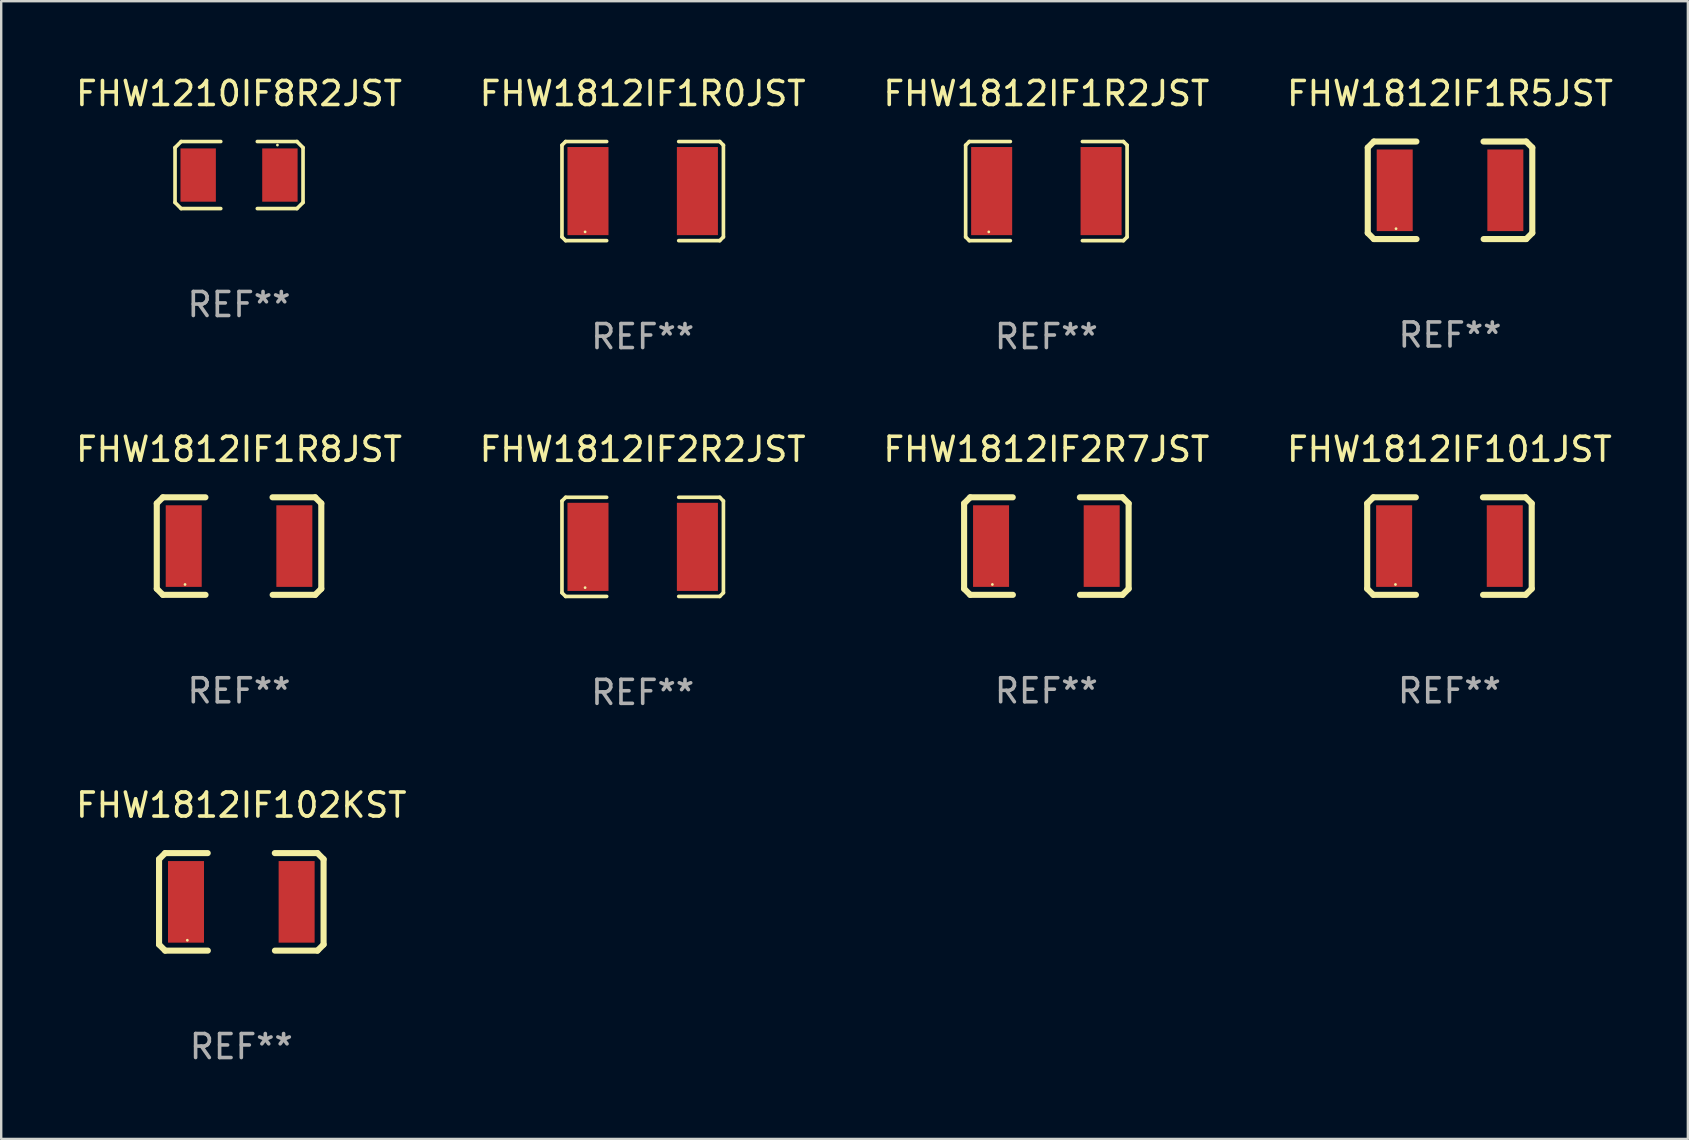
<source format=kicad_pcb>
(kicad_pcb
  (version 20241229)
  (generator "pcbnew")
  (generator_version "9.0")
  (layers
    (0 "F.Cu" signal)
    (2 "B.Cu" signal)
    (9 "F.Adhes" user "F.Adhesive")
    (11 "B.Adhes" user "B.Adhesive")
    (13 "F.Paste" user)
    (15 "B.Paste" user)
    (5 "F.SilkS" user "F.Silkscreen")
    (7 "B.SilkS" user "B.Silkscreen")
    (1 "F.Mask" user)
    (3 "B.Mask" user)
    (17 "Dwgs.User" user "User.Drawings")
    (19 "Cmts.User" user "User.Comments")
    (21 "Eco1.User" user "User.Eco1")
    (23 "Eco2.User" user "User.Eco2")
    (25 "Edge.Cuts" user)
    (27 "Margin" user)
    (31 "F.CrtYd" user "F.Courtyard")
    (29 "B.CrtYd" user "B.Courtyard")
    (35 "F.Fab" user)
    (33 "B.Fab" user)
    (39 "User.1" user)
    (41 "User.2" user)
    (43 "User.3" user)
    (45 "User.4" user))
  (footprint "FHW1812IF102KST"
    (layer "F.Cu")
    (at 7.006 34.532)
    (property "Reference" "FHW1812IF102KST" (at 0 -4.032 0) (layer "F.SilkS") (effects (font (size 1 1) (thickness 0.15))))
    (attr through_hole)
    (fp_line (start -3.428 -1.778) (end -3.174 -2.032) (stroke (width 0.254) (type solid)) (layer "F.SilkS"))
    (fp_line (start -3.428 1.778) (end -3.428 -1.778) (stroke (width 0.254) (type solid)) (layer "F.SilkS"))
    (fp_line (start -3.174 -2.032) (end -1.401 -2.032) (stroke (width 0.254) (type solid)) (layer "F.SilkS"))
    (fp_line (start -3.174 2.032) (end -3.428 1.778) (stroke (width 0.254) (type solid)) (layer "F.SilkS"))
    (fp_line (start -1.396 2.032) (end -3.174 2.032) (stroke (width 0.254) (type solid)) (layer "F.SilkS"))
    (fp_line (start 1.396 -2.032) (end 3.174 -2.032) (stroke (width 0.254) (type solid)) (layer "F.SilkS"))
    (fp_line (start 3.174 -2.032) (end 3.428 -1.778) (stroke (width 0.254) (type solid)) (layer "F.SilkS"))
    (fp_line (start 3.174 2.032) (end 1.401 2.032) (stroke (width 0.254) (type solid)) (layer "F.SilkS"))
    (fp_line (start 3.428 -1.778) (end 3.428 1.778) (stroke (width 0.254) (type solid)) (layer "F.SilkS"))
    (fp_line (start 3.428 1.778) (end 3.174 2.032) (stroke (width 0.254) (type solid)) (layer "F.SilkS"))
    (fp_circle (center -2.25 1.6) (end -2.22 1.6) (stroke (width 0.06) (type solid)) (fill no) (layer "F.SilkS"))
    (fp_text user "REF**" (at 0 6.032 0) (layer "F.Fab") (effects (font (size 1 1) (thickness 0.15))))
    (pad "1" smd rect (at -2.305 0) (size 1.5 3.4) (layers "F.Cu" "F.Mask" "F.Paste"))
    (pad "2" smd rect (at 2.305 0) (size 1.5 3.4) (layers "F.Cu" "F.Mask" "F.Paste")))
  (footprint "FHW1812IF1R2JST"
    (layer "F.Cu")
    (at 40.554 4.913)
    (property "Reference" "FHW1812IF1R2JST" (at 0 -4.065 0) (layer "F.SilkS") (effects (font (size 1 1) (thickness 0.15))))
    (attr through_hole)
    (fp_line (start -3.364 -1.912) (end -3.364 1.912) (stroke (width 0.152) (type solid)) (layer "F.SilkS"))
    (fp_line (start -3.364 1.912) (end -3.211 2.065) (stroke (width 0.152) (type solid)) (layer "F.SilkS"))
    (fp_line (start -3.211 -2.065) (end -3.364 -1.912) (stroke (width 0.152) (type solid)) (layer "F.SilkS"))
    (fp_line (start -3.211 2.065) (end -1.501 2.065) (stroke (width 0.152) (type solid)) (layer "F.SilkS"))
    (fp_line (start -1.501 -2.065) (end -3.211 -2.065) (stroke (width 0.152) (type solid)) (layer "F.SilkS"))
    (fp_line (start 1.501 -2.065) (end 3.211 -2.065) (stroke (width 0.152) (type solid)) (layer "F.SilkS"))
    (fp_line (start 3.211 -2.065) (end 3.364 -1.912) (stroke (width 0.152) (type solid)) (layer "F.SilkS"))
    (fp_line (start 3.211 2.065) (end 1.501 2.065) (stroke (width 0.152) (type solid)) (layer "F.SilkS"))
    (fp_line (start 3.364 -1.912) (end 3.364 1.912) (stroke (width 0.152) (type solid)) (layer "F.SilkS"))
    (fp_line (start 3.364 1.912) (end 3.211 2.065) (stroke (width 0.152) (type solid)) (layer "F.SilkS"))
    (fp_circle (center -2.4 1.7) (end -2.37 1.7) (stroke (width 0.06) (type solid)) (fill no) (layer "F.SilkS"))
    (fp_text user "REF**" (at 0 6.065 0) (layer "F.Fab") (effects (font (size 1 1) (thickness 0.15))))
    (pad "1" smd rect (at -2.28 0) (size 1.71 3.672) (layers "F.Cu" "F.Mask" "F.Paste"))
    (pad "2" smd rect (at 2.28 0) (size 1.71 3.672) (layers "F.Cu" "F.Mask" "F.Paste")))
  (footprint "FHW1812IF101JST"
    (layer "F.Cu")
    (at 57.351 19.706)
    (property "Reference" "FHW1812IF101JST" (at 0 -4.032 0) (layer "F.SilkS") (effects (font (size 1 1) (thickness 0.15))))
    (attr through_hole)
    (fp_line (start -3.428 -1.778) (end -3.174 -2.032) (stroke (width 0.254) (type solid)) (layer "F.SilkS"))
    (fp_line (start -3.428 1.778) (end -3.428 -1.778) (stroke (width 0.254) (type solid)) (layer "F.SilkS"))
    (fp_line (start -3.174 -2.032) (end -1.401 -2.032) (stroke (width 0.254) (type solid)) (layer "F.SilkS"))
    (fp_line (start -3.174 2.032) (end -3.428 1.778) (stroke (width 0.254) (type solid)) (layer "F.SilkS"))
    (fp_line (start -1.396 2.032) (end -3.174 2.032) (stroke (width 0.254) (type solid)) (layer "F.SilkS"))
    (fp_line (start 1.396 -2.032) (end 3.174 -2.032) (stroke (width 0.254) (type solid)) (layer "F.SilkS"))
    (fp_line (start 3.174 -2.032) (end 3.428 -1.778) (stroke (width 0.254) (type solid)) (layer "F.SilkS"))
    (fp_line (start 3.174 2.032) (end 1.401 2.032) (stroke (width 0.254) (type solid)) (layer "F.SilkS"))
    (fp_line (start 3.428 -1.778) (end 3.428 1.778) (stroke (width 0.254) (type solid)) (layer "F.SilkS"))
    (fp_line (start 3.428 1.778) (end 3.174 2.032) (stroke (width 0.254) (type solid)) (layer "F.SilkS"))
    (fp_circle (center -2.25 1.6) (end -2.22 1.6) (stroke (width 0.06) (type solid)) (fill no) (layer "F.SilkS"))
    (fp_text user "REF**" (at 0 6.032 0) (layer "F.Fab") (effects (font (size 1 1) (thickness 0.15))))
    (pad "1" smd rect (at -2.305 0) (size 1.5 3.4) (layers "F.Cu" "F.Mask" "F.Paste"))
    (pad "2" smd rect (at 2.305 0) (size 1.5 3.4) (layers "F.Cu" "F.Mask" "F.Paste")))
  (footprint "FHW1210IF8R2JST"
    (layer "F.Cu")
    (at 6.911 4.245)
    (property "Reference" "FHW1210IF8R2JST" (at 0 -3.397 0) (layer "F.SilkS") (effects (font (size 1 1) (thickness 0.15))))
    (attr through_hole)
    (fp_line (start -2.667 -1.143) (end -2.413 -1.397) (stroke (width 0.152) (type solid)) (layer "F.SilkS"))
    (fp_line (start -2.667 1.143) (end -2.667 -1.143) (stroke (width 0.152) (type solid)) (layer "F.SilkS"))
    (fp_line (start -2.413 -1.397) (end -0.762 -1.397) (stroke (width 0.152) (type solid)) (layer "F.SilkS"))
    (fp_line (start -2.413 1.397) (end -2.667 1.143) (stroke (width 0.152) (type solid)) (layer "F.SilkS"))
    (fp_line (start -0.762 1.397) (end -2.413 1.397) (stroke (width 0.152) (type solid)) (layer "F.SilkS"))
    (fp_line (start 0.762 -1.397) (end 2.413 -1.397) (stroke (width 0.152) (type solid)) (layer "F.SilkS"))
    (fp_line (start 2.413 -1.397) (end 2.667 -1.143) (stroke (width 0.152) (type solid)) (layer "F.SilkS"))
    (fp_line (start 2.413 1.397) (end 0.762 1.397) (stroke (width 0.152) (type solid)) (layer "F.SilkS"))
    (fp_line (start 2.667 -1.143) (end 2.667 1.143) (stroke (width 0.152) (type solid)) (layer "F.SilkS"))
    (fp_line (start 2.667 1.143) (end 2.413 1.397) (stroke (width 0.152) (type solid)) (layer "F.SilkS"))
    (fp_circle (center 1.6 -1.25) (end 1.63 -1.25) (stroke (width 0.06) (type solid)) (fill no) (layer "F.SilkS"))
    (fp_text user "REF**" (at 0 5.397 0) (layer "F.Fab") (effects (font (size 1 1) (thickness 0.15))))
    (pad "1" smd rect (at 1.703 0) (size 1.474 2.22) (layers "F.Cu" "F.Mask" "F.Paste"))
    (pad "2" smd rect (at -1.703 0) (size 1.474 2.22) (layers "F.Cu" "F.Mask" "F.Paste")))
  (footprint "FHW1812IF1R5JST"
    (layer "F.Cu")
    (at 57.375 4.88)
    (property "Reference" "FHW1812IF1R5JST" (at 0 -4.032 0) (layer "F.SilkS") (effects (font (size 1 1) (thickness 0.15))))
    (attr through_hole)
    (fp_line (start -3.428 -1.778) (end -3.174 -2.032) (stroke (width 0.254) (type solid)) (layer "F.SilkS"))
    (fp_line (start -3.428 1.778) (end -3.428 -1.778) (stroke (width 0.254) (type solid)) (layer "F.SilkS"))
    (fp_line (start -3.174 -2.032) (end -1.401 -2.032) (stroke (width 0.254) (type solid)) (layer "F.SilkS"))
    (fp_line (start -3.174 2.032) (end -3.428 1.778) (stroke (width 0.254) (type solid)) (layer "F.SilkS"))
    (fp_line (start -1.396 2.032) (end -3.174 2.032) (stroke (width 0.254) (type solid)) (layer "F.SilkS"))
    (fp_line (start 1.396 -2.032) (end 3.174 -2.032) (stroke (width 0.254) (type solid)) (layer "F.SilkS"))
    (fp_line (start 3.174 -2.032) (end 3.428 -1.778) (stroke (width 0.254) (type solid)) (layer "F.SilkS"))
    (fp_line (start 3.174 2.032) (end 1.401 2.032) (stroke (width 0.254) (type solid)) (layer "F.SilkS"))
    (fp_line (start 3.428 -1.778) (end 3.428 1.778) (stroke (width 0.254) (type solid)) (layer "F.SilkS"))
    (fp_line (start 3.428 1.778) (end 3.174 2.032) (stroke (width 0.254) (type solid)) (layer "F.SilkS"))
    (fp_circle (center -2.25 1.6) (end -2.22 1.6) (stroke (width 0.06) (type solid)) (fill no) (layer "F.SilkS"))
    (fp_text user "REF**" (at 0 6.032 0) (layer "F.Fab") (effects (font (size 1 1) (thickness 0.15))))
    (pad "1" smd rect (at -2.305 0) (size 1.5 3.4) (layers "F.Cu" "F.Mask" "F.Paste"))
    (pad "2" smd rect (at 2.305 0) (size 1.5 3.4) (layers "F.Cu" "F.Mask" "F.Paste")))
  (footprint "FHW1812IF2R7JST"
    (layer "F.Cu")
    (at 40.554 19.706)
    (property "Reference" "FHW1812IF2R7JST" (at 0 -4.032 0) (layer "F.SilkS") (effects (font (size 1 1) (thickness 0.15))))
    (attr through_hole)
    (fp_line (start -3.428 -1.778) (end -3.174 -2.032) (stroke (width 0.254) (type solid)) (layer "F.SilkS"))
    (fp_line (start -3.428 1.778) (end -3.428 -1.778) (stroke (width 0.254) (type solid)) (layer "F.SilkS"))
    (fp_line (start -3.174 -2.032) (end -1.401 -2.032) (stroke (width 0.254) (type solid)) (layer "F.SilkS"))
    (fp_line (start -3.174 2.032) (end -3.428 1.778) (stroke (width 0.254) (type solid)) (layer "F.SilkS"))
    (fp_line (start -1.396 2.032) (end -3.174 2.032) (stroke (width 0.254) (type solid)) (layer "F.SilkS"))
    (fp_line (start 1.396 -2.032) (end 3.174 -2.032) (stroke (width 0.254) (type solid)) (layer "F.SilkS"))
    (fp_line (start 3.174 -2.032) (end 3.428 -1.778) (stroke (width 0.254) (type solid)) (layer "F.SilkS"))
    (fp_line (start 3.174 2.032) (end 1.401 2.032) (stroke (width 0.254) (type solid)) (layer "F.SilkS"))
    (fp_line (start 3.428 -1.778) (end 3.428 1.778) (stroke (width 0.254) (type solid)) (layer "F.SilkS"))
    (fp_line (start 3.428 1.778) (end 3.174 2.032) (stroke (width 0.254) (type solid)) (layer "F.SilkS"))
    (fp_circle (center -2.25 1.6) (end -2.22 1.6) (stroke (width 0.06) (type solid)) (fill no) (layer "F.SilkS"))
    (fp_text user "REF**" (at 0 6.032 0) (layer "F.Fab") (effects (font (size 1 1) (thickness 0.15))))
    (pad "1" smd rect (at -2.305 0) (size 1.5 3.4) (layers "F.Cu" "F.Mask" "F.Paste"))
    (pad "2" smd rect (at 2.305 0) (size 1.5 3.4) (layers "F.Cu" "F.Mask" "F.Paste")))
  (footprint "FHW1812IF1R8JST"
    (layer "F.Cu")
    (at 6.911 19.706)
    (property "Reference" "FHW1812IF1R8JST" (at 0 -4.032 0) (layer "F.SilkS") (effects (font (size 1 1) (thickness 0.15))))
    (attr through_hole)
    (fp_line (start -3.428 -1.778) (end -3.174 -2.032) (stroke (width 0.254) (type solid)) (layer "F.SilkS"))
    (fp_line (start -3.428 1.778) (end -3.428 -1.778) (stroke (width 0.254) (type solid)) (layer "F.SilkS"))
    (fp_line (start -3.174 -2.032) (end -1.401 -2.032) (stroke (width 0.254) (type solid)) (layer "F.SilkS"))
    (fp_line (start -3.174 2.032) (end -3.428 1.778) (stroke (width 0.254) (type solid)) (layer "F.SilkS"))
    (fp_line (start -1.396 2.032) (end -3.174 2.032) (stroke (width 0.254) (type solid)) (layer "F.SilkS"))
    (fp_line (start 1.396 -2.032) (end 3.174 -2.032) (stroke (width 0.254) (type solid)) (layer "F.SilkS"))
    (fp_line (start 3.174 -2.032) (end 3.428 -1.778) (stroke (width 0.254) (type solid)) (layer "F.SilkS"))
    (fp_line (start 3.174 2.032) (end 1.401 2.032) (stroke (width 0.254) (type solid)) (layer "F.SilkS"))
    (fp_line (start 3.428 -1.778) (end 3.428 1.778) (stroke (width 0.254) (type solid)) (layer "F.SilkS"))
    (fp_line (start 3.428 1.778) (end 3.174 2.032) (stroke (width 0.254) (type solid)) (layer "F.SilkS"))
    (fp_circle (center -2.25 1.6) (end -2.22 1.6) (stroke (width 0.06) (type solid)) (fill no) (layer "F.SilkS"))
    (fp_text user "REF**" (at 0 6.032 0) (layer "F.Fab") (effects (font (size 1 1) (thickness 0.15))))
    (pad "1" smd rect (at -2.305 0) (size 1.5 3.4) (layers "F.Cu" "F.Mask" "F.Paste"))
    (pad "2" smd rect (at 2.305 0) (size 1.5 3.4) (layers "F.Cu" "F.Mask" "F.Paste")))
  (footprint "FHW1812IF1R0JST"
    (layer "F.Cu")
    (at 23.732 4.913)
    (property "Reference" "FHW1812IF1R0JST" (at 0 -4.065 0) (layer "F.SilkS") (effects (font (size 1 1) (thickness 0.15))))
    (attr through_hole)
    (fp_line (start -3.364 -1.912) (end -3.364 1.912) (stroke (width 0.152) (type solid)) (layer "F.SilkS"))
    (fp_line (start -3.364 1.912) (end -3.211 2.065) (stroke (width 0.152) (type solid)) (layer "F.SilkS"))
    (fp_line (start -3.211 -2.065) (end -3.364 -1.912) (stroke (width 0.152) (type solid)) (layer "F.SilkS"))
    (fp_line (start -3.211 2.065) (end -1.501 2.065) (stroke (width 0.152) (type solid)) (layer "F.SilkS"))
    (fp_line (start -1.501 -2.065) (end -3.211 -2.065) (stroke (width 0.152) (type solid)) (layer "F.SilkS"))
    (fp_line (start 1.501 -2.065) (end 3.211 -2.065) (stroke (width 0.152) (type solid)) (layer "F.SilkS"))
    (fp_line (start 3.211 -2.065) (end 3.364 -1.912) (stroke (width 0.152) (type solid)) (layer "F.SilkS"))
    (fp_line (start 3.211 2.065) (end 1.501 2.065) (stroke (width 0.152) (type solid)) (layer "F.SilkS"))
    (fp_line (start 3.364 -1.912) (end 3.364 1.912) (stroke (width 0.152) (type solid)) (layer "F.SilkS"))
    (fp_line (start 3.364 1.912) (end 3.211 2.065) (stroke (width 0.152) (type solid)) (layer "F.SilkS"))
    (fp_circle (center -2.4 1.7) (end -2.37 1.7) (stroke (width 0.06) (type solid)) (fill no) (layer "F.SilkS"))
    (fp_text user "REF**" (at 0 6.065 0) (layer "F.Fab") (effects (font (size 1 1) (thickness 0.15))))
    (pad "1" smd rect (at -2.28 0) (size 1.71 3.672) (layers "F.Cu" "F.Mask" "F.Paste"))
    (pad "2" smd rect (at 2.28 0) (size 1.71 3.672) (layers "F.Cu" "F.Mask" "F.Paste")))
  (footprint "FHW1812IF2R2JST"
    (layer "F.Cu")
    (at 23.732 19.739)
    (property "Reference" "FHW1812IF2R2JST" (at 0 -4.065 0) (layer "F.SilkS") (effects (font (size 1 1) (thickness 0.15))))
    (attr through_hole)
    (fp_line (start -3.364 -1.912) (end -3.364 1.912) (stroke (width 0.152) (type solid)) (layer "F.SilkS"))
    (fp_line (start -3.364 1.912) (end -3.211 2.065) (stroke (width 0.152) (type solid)) (layer "F.SilkS"))
    (fp_line (start -3.211 -2.065) (end -3.364 -1.912) (stroke (width 0.152) (type solid)) (layer "F.SilkS"))
    (fp_line (start -3.211 2.065) (end -1.501 2.065) (stroke (width 0.152) (type solid)) (layer "F.SilkS"))
    (fp_line (start -1.501 -2.065) (end -3.211 -2.065) (stroke (width 0.152) (type solid)) (layer "F.SilkS"))
    (fp_line (start 1.501 -2.065) (end 3.211 -2.065) (stroke (width 0.152) (type solid)) (layer "F.SilkS"))
    (fp_line (start 3.211 -2.065) (end 3.364 -1.912) (stroke (width 0.152) (type solid)) (layer "F.SilkS"))
    (fp_line (start 3.211 2.065) (end 1.501 2.065) (stroke (width 0.152) (type solid)) (layer "F.SilkS"))
    (fp_line (start 3.364 -1.912) (end 3.364 1.912) (stroke (width 0.152) (type solid)) (layer "F.SilkS"))
    (fp_line (start 3.364 1.912) (end 3.211 2.065) (stroke (width 0.152) (type solid)) (layer "F.SilkS"))
    (fp_circle (center -2.4 1.7) (end -2.37 1.7) (stroke (width 0.06) (type solid)) (fill no) (layer "F.SilkS"))
    (fp_text user "REF**" (at 0 6.065 0) (layer "F.Fab") (effects (font (size 1 1) (thickness 0.15))))
    (pad "1" smd rect (at -2.28 0) (size 1.71 3.672) (layers "F.Cu" "F.Mask" "F.Paste"))
    (pad "2" smd rect (at 2.28 0) (size 1.71 3.672) (layers "F.Cu" "F.Mask" "F.Paste")))
  (gr_rect
    (start -3 -3)
    (end 67.286 44.412)
    (stroke (width 0.1) (type default))
    (fill no)
    (layer "Edge.Cuts")))
</source>
